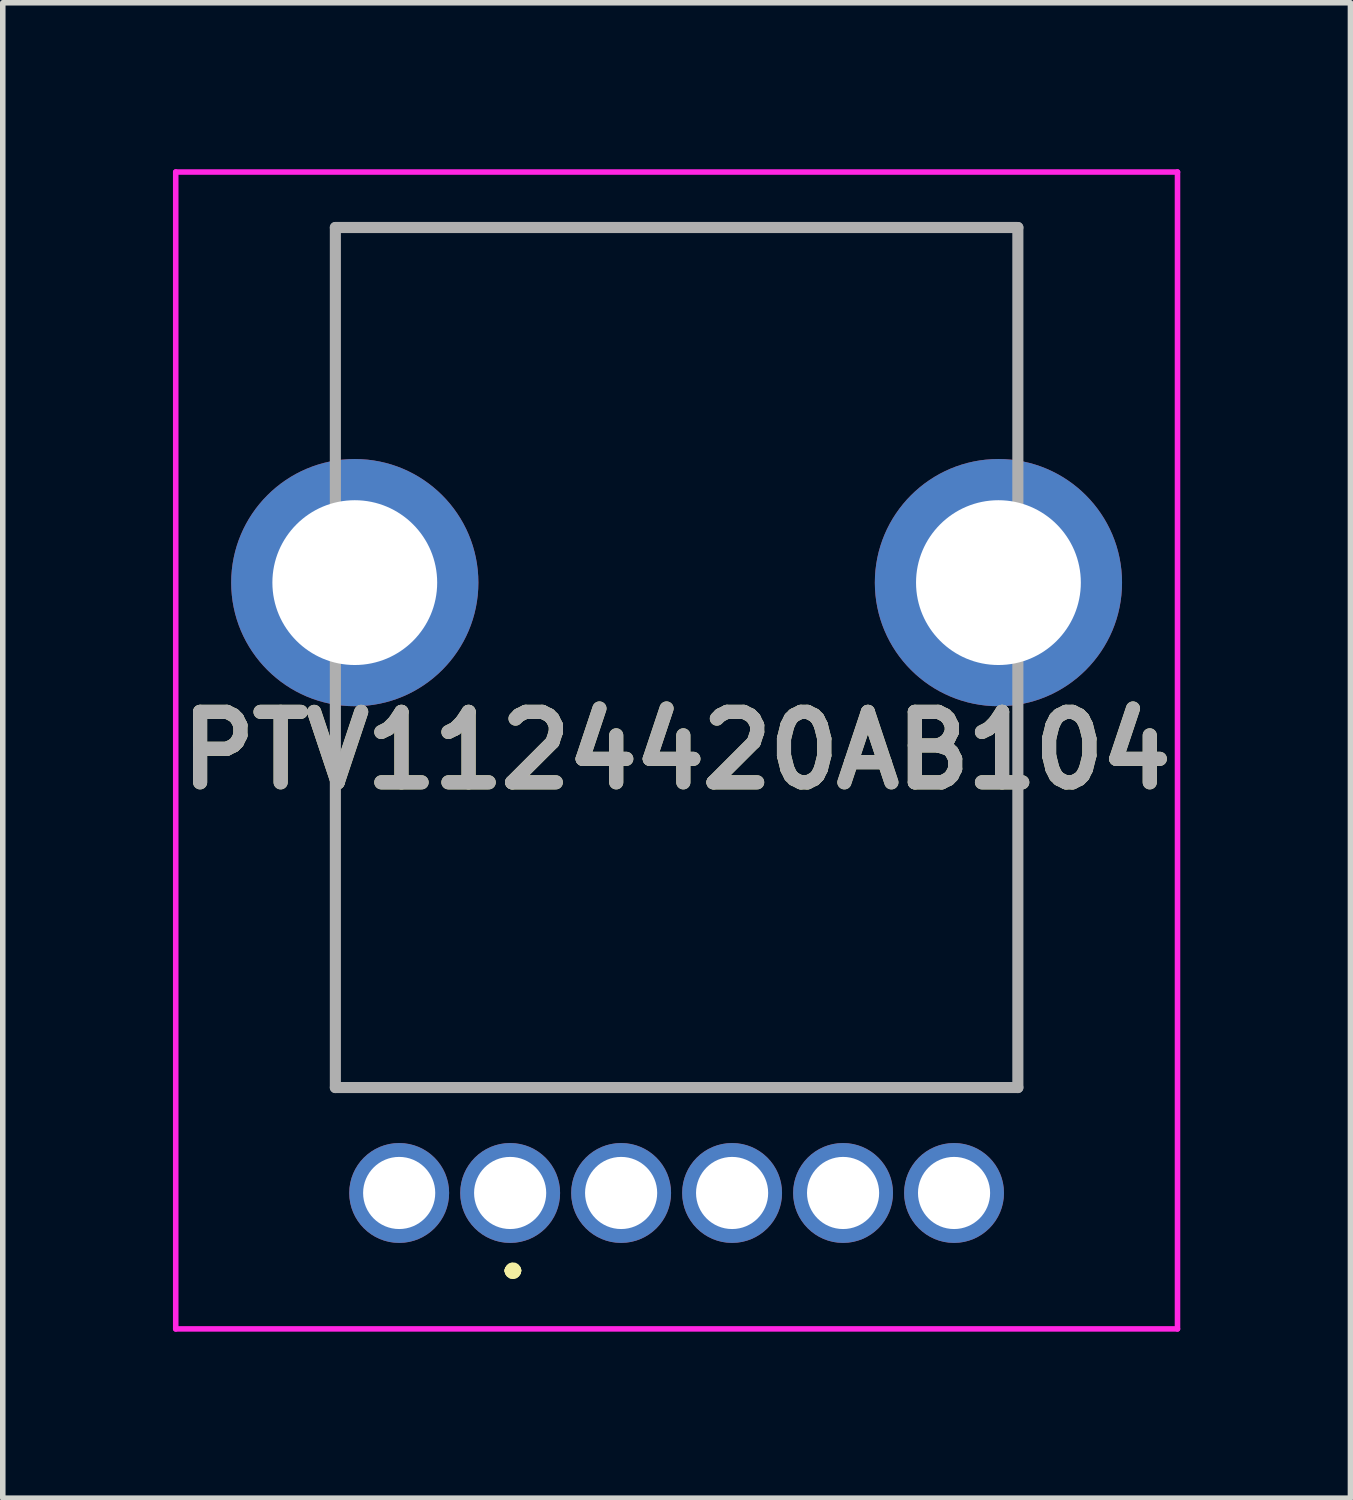
<source format=kicad_pcb>
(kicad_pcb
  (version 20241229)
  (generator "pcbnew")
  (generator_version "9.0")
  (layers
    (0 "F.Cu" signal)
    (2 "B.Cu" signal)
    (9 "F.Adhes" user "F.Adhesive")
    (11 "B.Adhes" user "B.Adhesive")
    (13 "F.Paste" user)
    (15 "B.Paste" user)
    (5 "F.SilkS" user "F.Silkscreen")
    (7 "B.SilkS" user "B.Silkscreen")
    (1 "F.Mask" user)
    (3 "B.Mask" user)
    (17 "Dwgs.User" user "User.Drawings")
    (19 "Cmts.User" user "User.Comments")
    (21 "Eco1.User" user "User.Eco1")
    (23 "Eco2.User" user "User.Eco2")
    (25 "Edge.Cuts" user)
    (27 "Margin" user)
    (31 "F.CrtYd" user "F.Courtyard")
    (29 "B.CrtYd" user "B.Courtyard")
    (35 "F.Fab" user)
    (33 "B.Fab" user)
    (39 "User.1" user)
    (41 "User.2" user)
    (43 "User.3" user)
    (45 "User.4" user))
  (footprint "PTV1124420AB104"
    (layer "F.Cu")
    (at 6.144 18.45)
    (property "Reference" "PTV1124420AB104" (at 3 -7.975 0) (layer "F.SilkS") (effects (font (size 1.27 1.27) (thickness 0.254))))
    (attr through_hole)
    (fp_line (start -3.15 -17.4) (end -3.15 -17.4) (stroke (width 0.1) (type solid)) (layer "F.SilkS"))
    (fp_line (start -3.15 -17.4) (end -3.15 -17.4) (stroke (width 0.1) (type solid)) (layer "F.SilkS"))
    (fp_line (start -3.15 -17.4) (end -3.15 -13.75) (stroke (width 0.1) (type solid)) (layer "F.SilkS"))
    (fp_line (start -3.15 -17.4) (end 9.15 -17.4) (stroke (width 0.1) (type solid)) (layer "F.SilkS"))
    (fp_line (start -3.15 -13.75) (end -3.15 -17.4) (stroke (width 0.1) (type solid)) (layer "F.SilkS"))
    (fp_line (start -3.15 -13.75) (end -3.15 -13.75) (stroke (width 0.1) (type solid)) (layer "F.SilkS"))
    (fp_line (start -3.15 -8.25) (end -3.15 -8.25) (stroke (width 0.1) (type solid)) (layer "F.SilkS"))
    (fp_line (start -3.15 -8.25) (end -3.15 -1.9) (stroke (width 0.1) (type solid)) (layer "F.SilkS"))
    (fp_line (start -3.15 -1.9) (end -3.15 -8.25) (stroke (width 0.1) (type solid)) (layer "F.SilkS"))
    (fp_line (start -3.15 -1.9) (end -3.15 -1.9) (stroke (width 0.1) (type solid)) (layer "F.SilkS"))
    (fp_line (start -3.15 -1.9) (end -3.15 -1.9) (stroke (width 0.1) (type solid)) (layer "F.SilkS"))
    (fp_line (start -3.15 -1.9) (end 9.15 -1.9) (stroke (width 0.1) (type solid)) (layer "F.SilkS"))
    (fp_line (start 0 1.4) (end 0 1.4) (stroke (width 0.2) (type solid)) (layer "F.SilkS"))
    (fp_line (start 0 1.4) (end 0 1.4) (stroke (width 0.2) (type solid)) (layer "F.SilkS"))
    (fp_line (start 0.1 1.4) (end 0.1 1.4) (stroke (width 0.2) (type solid)) (layer "F.SilkS"))
    (fp_line (start 9.15 -17.4) (end -3.15 -17.4) (stroke (width 0.1) (type solid)) (layer "F.SilkS"))
    (fp_line (start 9.15 -17.4) (end 9.15 -17.4) (stroke (width 0.1) (type solid)) (layer "F.SilkS"))
    (fp_line (start 9.15 -17.4) (end 9.15 -17.4) (stroke (width 0.1) (type solid)) (layer "F.SilkS"))
    (fp_line (start 9.15 -17.4) (end 9.15 -13.75) (stroke (width 0.1) (type solid)) (layer "F.SilkS"))
    (fp_line (start 9.15 -13.75) (end 9.15 -17.4) (stroke (width 0.1) (type solid)) (layer "F.SilkS"))
    (fp_line (start 9.15 -13.75) (end 9.15 -13.75) (stroke (width 0.1) (type solid)) (layer "F.SilkS"))
    (fp_line (start 9.15 -8.25) (end 9.15 -8.25) (stroke (width 0.1) (type solid)) (layer "F.SilkS"))
    (fp_line (start 9.15 -8.25) (end 9.15 -1.9) (stroke (width 0.1) (type solid)) (layer "F.SilkS"))
    (fp_line (start 9.15 -1.9) (end -3.15 -1.9) (stroke (width 0.1) (type solid)) (layer "F.SilkS"))
    (fp_line (start 9.15 -1.9) (end 9.15 -8.25) (stroke (width 0.1) (type solid)) (layer "F.SilkS"))
    (fp_line (start 9.15 -1.9) (end 9.15 -1.9) (stroke (width 0.1) (type solid)) (layer "F.SilkS"))
    (fp_line (start 9.15 -1.9) (end 9.15 -1.9) (stroke (width 0.1) (type solid)) (layer "F.SilkS"))
    (fp_arc (start 0 1.4) (mid 0.05 1.35) (end 0.1 1.4) (stroke (width 0.2) (type solid)) (layer "F.SilkS"))
    (fp_arc (start 0.1 1.4) (mid 0.05 1.45) (end 0 1.4) (stroke (width 0.2) (type solid)) (layer "F.SilkS"))
    (fp_arc (start 0.1 1.4) (mid 0.05 1.45) (end 0 1.4) (stroke (width 0.2) (type solid)) (layer "F.SilkS"))
    (fp_line (start -6.027 -18.4) (end 12.027 -18.4) (stroke (width 0.1) (type solid)) (layer "F.CrtYd"))
    (fp_line (start -6.027 2.45) (end -6.027 -18.4) (stroke (width 0.1) (type solid)) (layer "F.CrtYd"))
    (fp_line (start 12.027 -18.4) (end 12.027 2.45) (stroke (width 0.1) (type solid)) (layer "F.CrtYd"))
    (fp_line (start 12.027 2.45) (end -6.027 2.45) (stroke (width 0.1) (type solid)) (layer "F.CrtYd"))
    (fp_line (start -3.15 -17.4) (end -3.15 -1.9) (stroke (width 0.2) (type solid)) (layer "F.Fab"))
    (fp_line (start -3.15 -1.9) (end 9.15 -1.9) (stroke (width 0.2) (type solid)) (layer "F.Fab"))
    (fp_line (start 9.15 -17.4) (end -3.15 -17.4) (stroke (width 0.2) (type solid)) (layer "F.Fab"))
    (fp_line (start 9.15 -1.9) (end 9.15 -17.4) (stroke (width 0.2) (type solid)) (layer "F.Fab"))
    (fp_text user "${REFERENCE}" (at 3 -7.975 0) (layer "F.Fab") (effects (font (size 1.27 1.27) (thickness 0.254))))
    (pad "A1" thru_hole circle (at 0 0) (size 1.8 1.8) (drill 1.3) (layers "*.Cu" "*.Mask"))
    (pad "A2" thru_hole circle (at -2 0) (size 1.8 1.8) (drill 1.3) (layers "*.Cu" "*.Mask"))
    (pad "A3" thru_hole circle (at 8 0) (size 1.8 1.8) (drill 1.3) (layers "*.Cu" "*.Mask"))
    (pad "B1" thru_hole circle (at 2 0) (size 1.8 1.8) (drill 1.3) (layers "*.Cu" "*.Mask"))
    (pad "B2" thru_hole circle (at 4 0) (size 1.8 1.8) (drill 1.3) (layers "*.Cu" "*.Mask"))
    (pad "B3" thru_hole circle (at 6 0) (size 1.8 1.8) (drill 1.3) (layers "*.Cu" "*.Mask"))
    (pad "MH1" thru_hole circle (at -2.8 -11) (size 4.455 4.455) (drill 2.97) (layers "*.Cu" "*.Mask"))
    (pad "MH2" thru_hole circle (at 8.8 -11) (size 4.455 4.455) (drill 2.97) (layers "*.Cu" "*.Mask")))
  (gr_rect
    (start -3 -3)
    (end 21.288 23.95)
    (stroke (width 0.1) (type default))
    (fill no)
    (layer "Edge.Cuts")))
</source>
